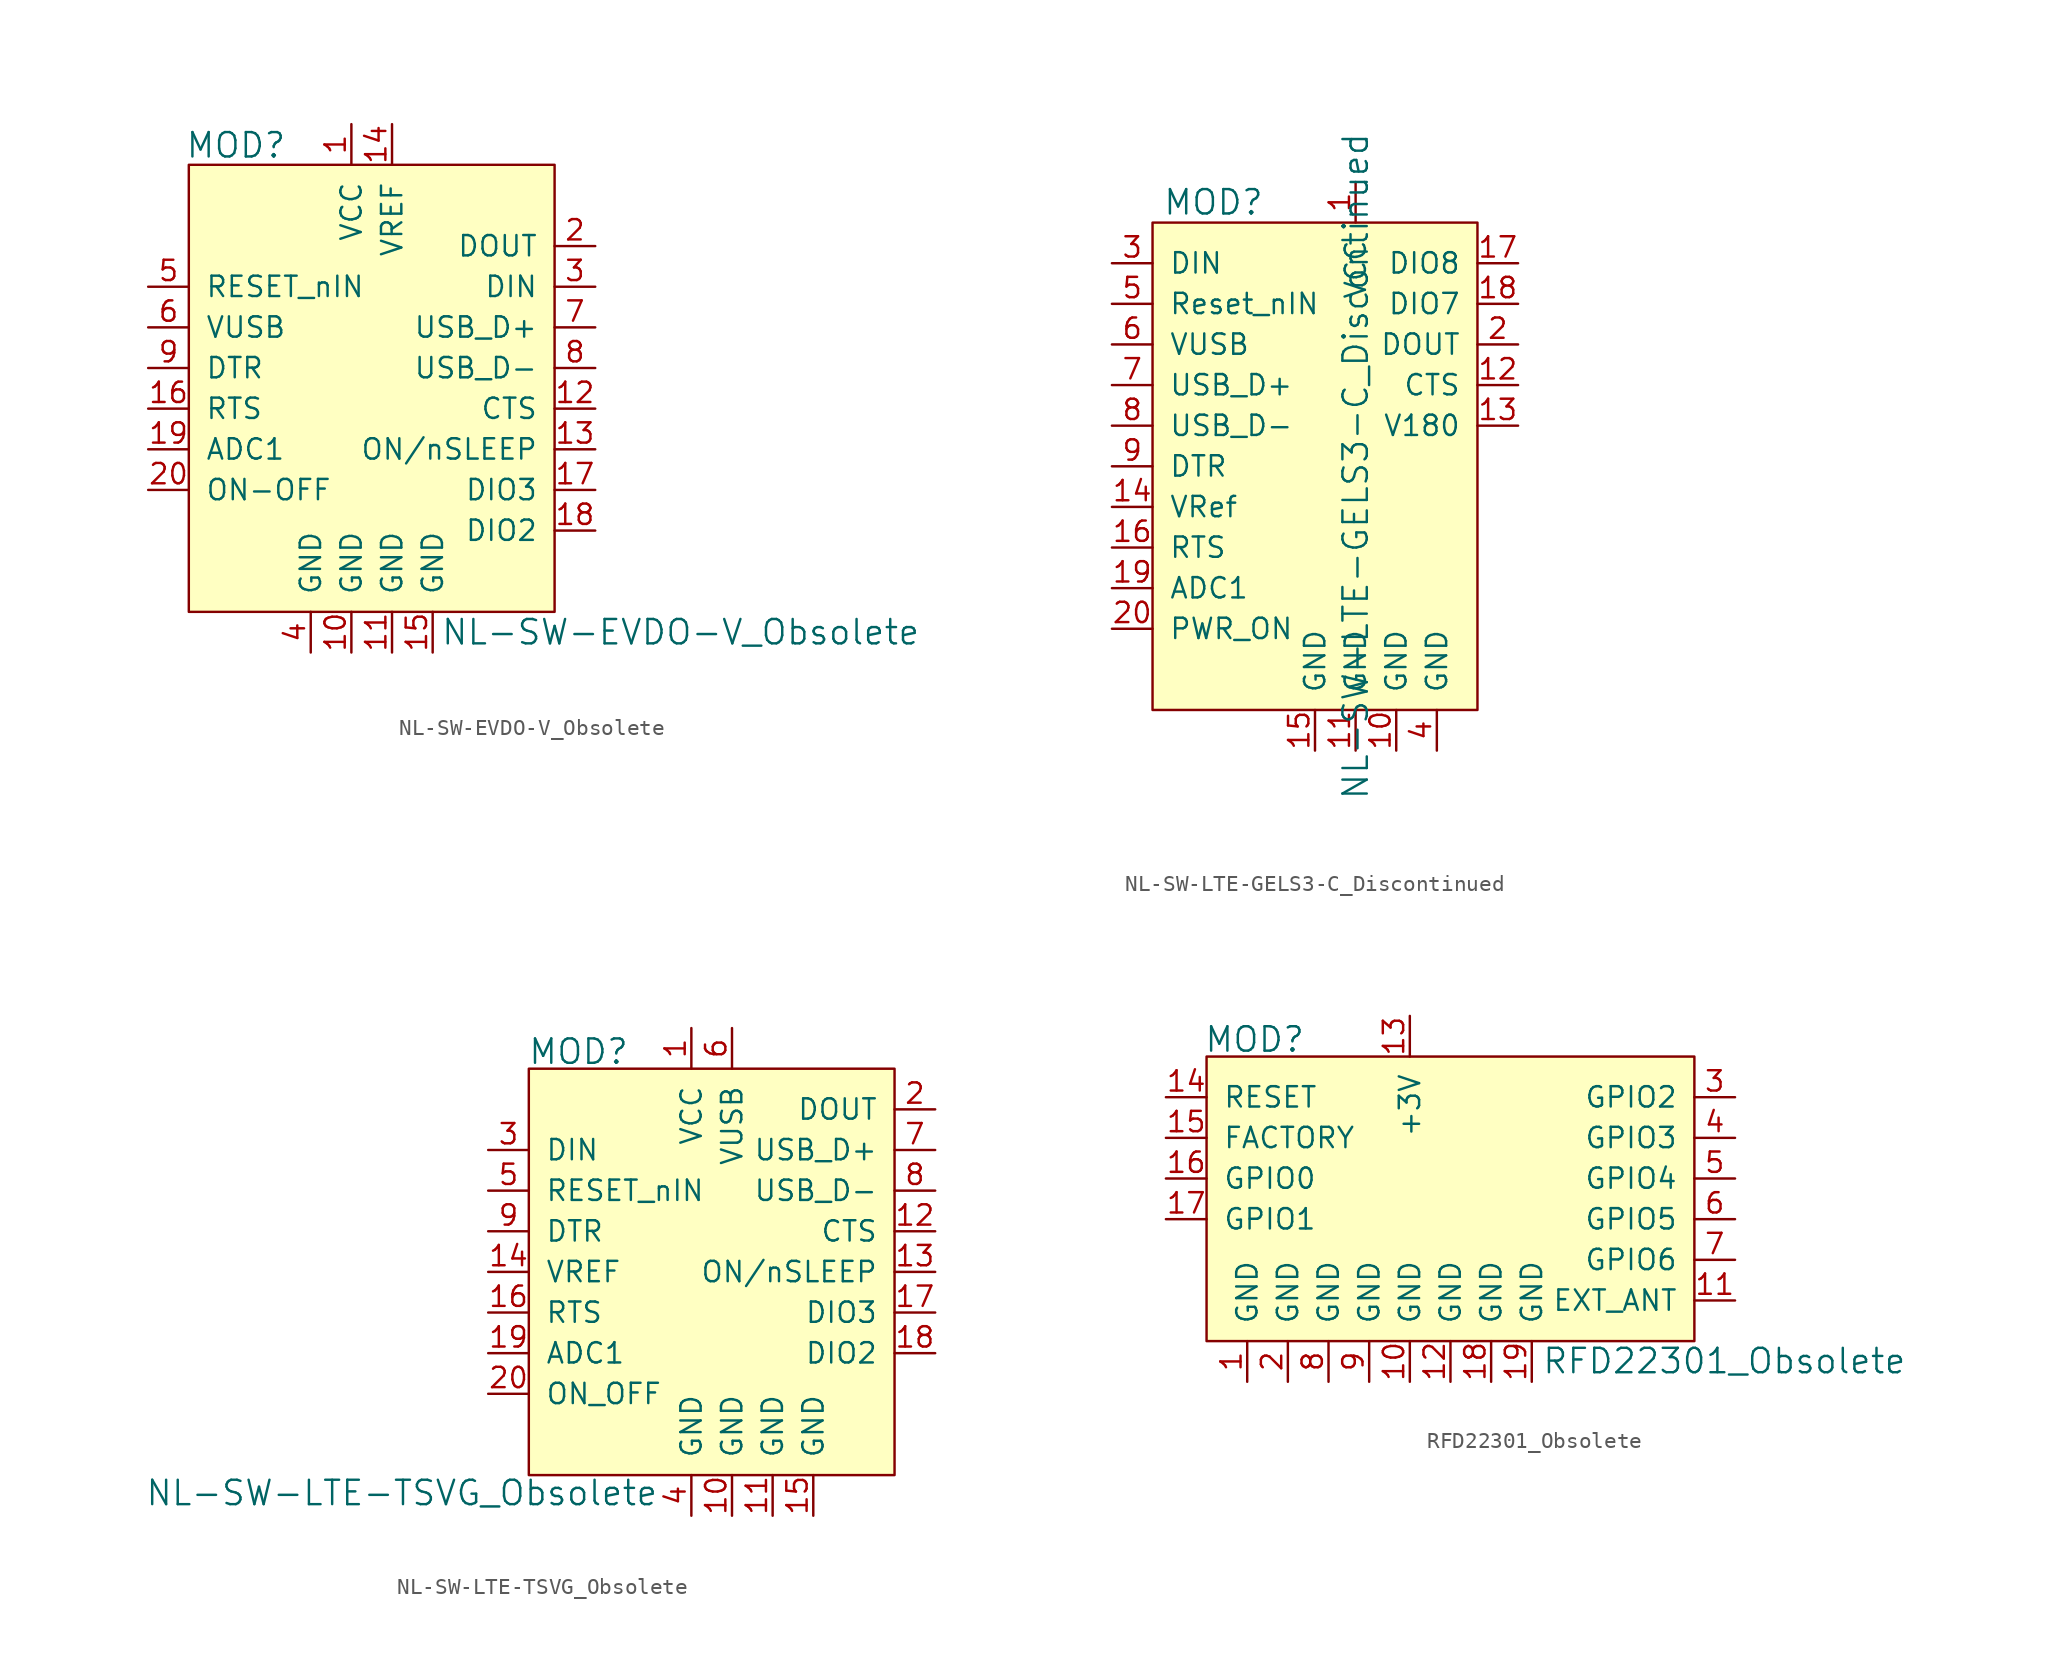
<source format=kicad_sym>
(kicad_symbol_lib
  (version 20201005)
  (generator kicad_symbol_editor)
  (symbol "NL-SW-EVDO-V_Obsolete"
    (pin_names
      (offset 1.016))
    (property "Reference" "MOD"
      (at -7.214 16.459 0)
      (effects (font (size 1.524 1.524))))
    (property "Value" "NL-SW-EVDO-V_Obsolete"
      (at 5.563 -13.97 0)
      (effects (font (size 1.524 1.524)) (justify left)))
    (symbol "NL-SW-EVDO-V_Obsolete_0_1"
      (rectangle (start -10.16 15.24) (end 12.7 -12.7) (stroke (width 0)) (fill (type background))))
    (symbol "NL-SW-EVDO-V_Obsolete_1_1"
      (pin power_in line (at 0 17.78 270) (length 2.54) (name "VCC" (effects (font (size 1.27 1.27)))) (number "1" (effects (font (size 1.27 1.27)))))
      (pin output line (at 15.24 10.16 180) (length 2.54) (name "DOUT" (effects (font (size 1.27 1.27)))) (number "2" (effects (font (size 1.27 1.27)))))
      (pin input line (at 15.24 7.62 180) (length 2.54) (name "DIN" (effects (font (size 1.27 1.27)))) (number "3" (effects (font (size 1.27 1.27)))))
      (pin power_in line (at -2.54 -15.24 90) (length 2.54) (name "GND" (effects (font (size 1.27 1.27)))) (number "4" (effects (font (size 1.27 1.27)))))
      (pin input line (at -12.7 7.62 0) (length 2.54) (name "RESET_nIN" (effects (font (size 1.27 1.27)))) (number "5" (effects (font (size 1.27 1.27)))))
      (pin input line (at -12.7 5.08 0) (length 2.54) (name "VUSB" (effects (font (size 1.27 1.27)))) (number "6" (effects (font (size 1.27 1.27)))))
      (pin bidirectional line (at 15.24 5.08 180) (length 2.54) (name "USB_D+" (effects (font (size 1.27 1.27)))) (number "7" (effects (font (size 1.27 1.27)))))
      (pin bidirectional line (at 15.24 2.54 180) (length 2.54) (name "USB_D-" (effects (font (size 1.27 1.27)))) (number "8" (effects (font (size 1.27 1.27)))))
      (pin input line (at -12.7 2.54 0) (length 2.54) (name "DTR" (effects (font (size 1.27 1.27)))) (number "9" (effects (font (size 1.27 1.27)))))
      (pin power_in line (at 0 -15.24 90) (length 2.54) (name "GND" (effects (font (size 1.27 1.27)))) (number "10" (effects (font (size 1.27 1.27)))))
      (pin input line (at -12.7 -5.08 0) (length 2.54) (name "ON-OFF" (effects (font (size 1.27 1.27)))) (number "20" (effects (font (size 1.27 1.27)))))
      (pin power_in line (at 2.54 -15.24 90) (length 2.54) (name "GND" (effects (font (size 1.27 1.27)))) (number "11" (effects (font (size 1.27 1.27)))))
      (pin output line (at 15.24 0 180) (length 2.54) (name "CTS" (effects (font (size 1.27 1.27)))) (number "12" (effects (font (size 1.27 1.27)))))
      (pin output line (at 15.24 -2.54 180) (length 2.54) (name "ON/nSLEEP" (effects (font (size 1.27 1.27)))) (number "13" (effects (font (size 1.27 1.27)))))
      (pin output line (at 2.54 17.78 270) (length 2.54) (name "VREF" (effects (font (size 1.27 1.27)))) (number "14" (effects (font (size 1.27 1.27)))))
      (pin power_in line (at 5.08 -15.24 90) (length 2.54) (name "GND" (effects (font (size 1.27 1.27)))) (number "15" (effects (font (size 1.27 1.27)))))
      (pin input line (at -12.7 0 0) (length 2.54) (name "RTS" (effects (font (size 1.27 1.27)))) (number "16" (effects (font (size 1.27 1.27)))))
      (pin bidirectional line (at 15.24 -5.08 180) (length 2.54) (name "DIO3" (effects (font (size 1.27 1.27)))) (number "17" (effects (font (size 1.27 1.27)))))
      (pin bidirectional line (at 15.24 -7.62 180) (length 2.54) (name "DIO2" (effects (font (size 1.27 1.27)))) (number "18" (effects (font (size 1.27 1.27)))))
      (pin input line (at -12.7 -2.54 0) (length 2.54) (name "ADC1" (effects (font (size 1.27 1.27)))) (number "19" (effects (font (size 1.27 1.27)))))))
  (symbol "NL-SW-LTE-GELS3-C_Discontinued"
    (pin_names
      (offset 1.016))
    (property "Reference" "MOD"
      (at -8.89 21.59 0)
      (effects (font (size 1.524 1.524))))
    (property "Value" "NL-SW-LTE-GELS3-C_Discontinued"
      (at 0 5.08 90)
      (effects (font (size 1.524 1.524))))
    (symbol "NL-SW-LTE-GELS3-C_Discontinued_0_1"
      (rectangle (start -12.7 20.32) (end 7.62 -10.16) (stroke (width 0)) (fill (type background))))
    (symbol "NL-SW-LTE-GELS3-C_Discontinued_1_1"
      (pin power_in line (at 0 22.86 270) (length 2.54) (name "VCC" (effects (font (size 1.27 1.27)))) (number "1" (effects (font (size 1.27 1.27)))))
      (pin output line (at 10.16 12.7 180) (length 2.54) (name "DOUT" (effects (font (size 1.27 1.27)))) (number "2" (effects (font (size 1.27 1.27)))))
      (pin input line (at -15.24 17.78 0) (length 2.54) (name "DIN" (effects (font (size 1.27 1.27)))) (number "3" (effects (font (size 1.27 1.27)))))
      (pin power_in line (at 5.08 -12.7 90) (length 2.54) (name "GND" (effects (font (size 1.27 1.27)))) (number "4" (effects (font (size 1.27 1.27)))))
      (pin input line (at -15.24 15.24 0) (length 2.54) (name "Reset_nIN" (effects (font (size 1.27 1.27)))) (number "5" (effects (font (size 1.27 1.27)))))
      (pin input line (at -15.24 12.7 0) (length 2.54) (name "VUSB" (effects (font (size 1.27 1.27)))) (number "6" (effects (font (size 1.27 1.27)))))
      (pin bidirectional line (at -15.24 10.16 0) (length 2.54) (name "USB_D+" (effects (font (size 1.27 1.27)))) (number "7" (effects (font (size 1.27 1.27)))))
      (pin bidirectional line (at -15.24 7.62 0) (length 2.54) (name "USB_D-" (effects (font (size 1.27 1.27)))) (number "8" (effects (font (size 1.27 1.27)))))
      (pin input line (at -15.24 5.08 0) (length 2.54) (name "DTR" (effects (font (size 1.27 1.27)))) (number "9" (effects (font (size 1.27 1.27)))))
      (pin power_in line (at 2.54 -12.7 90) (length 2.54) (name "GND" (effects (font (size 1.27 1.27)))) (number "10" (effects (font (size 1.27 1.27)))))
      (pin input line (at -15.24 -5.08 0) (length 2.54) (name "PWR_ON" (effects (font (size 1.27 1.27)))) (number "20" (effects (font (size 1.27 1.27)))))
      (pin power_in line (at 0 -12.7 90) (length 2.54) (name "GND" (effects (font (size 1.27 1.27)))) (number "11" (effects (font (size 1.27 1.27)))))
      (pin output line (at 10.16 10.16 180) (length 2.54) (name "CTS" (effects (font (size 1.27 1.27)))) (number "12" (effects (font (size 1.27 1.27)))))
      (pin output line (at 10.16 7.62 180) (length 2.54) (name "V180" (effects (font (size 1.27 1.27)))) (number "13" (effects (font (size 1.27 1.27)))))
      (pin input line (at -15.24 2.54 0) (length 2.54) (name "VRef" (effects (font (size 1.27 1.27)))) (number "14" (effects (font (size 1.27 1.27)))))
      (pin power_in line (at -2.54 -12.7 90) (length 2.54) (name "GND" (effects (font (size 1.27 1.27)))) (number "15" (effects (font (size 1.27 1.27)))))
      (pin input line (at -15.24 0 0) (length 2.54) (name "RTS" (effects (font (size 1.27 1.27)))) (number "16" (effects (font (size 1.27 1.27)))))
      (pin bidirectional line (at 10.16 17.78 180) (length 2.54) (name "DIO8" (effects (font (size 1.27 1.27)))) (number "17" (effects (font (size 1.27 1.27)))))
      (pin bidirectional line (at 10.16 15.24 180) (length 2.54) (name "DIO7" (effects (font (size 1.27 1.27)))) (number "18" (effects (font (size 1.27 1.27)))))
      (pin input line (at -15.24 -2.54 0) (length 2.54) (name "ADC1" (effects (font (size 1.27 1.27)))) (number "19" (effects (font (size 1.27 1.27)))))))
  (symbol "NL-SW-LTE-TSVG_Obsolete"
    (pin_names
      (offset 1.016))
    (property "Reference" "MOD"
      (at -10.236 13.767 0)
      (effects (font (size 1.524 1.524)) (justify left)))
    (property "Value" "NL-SW-LTE-TSVG_Obsolete"
      (at -2.032 -13.818 0)
      (effects (font (size 1.524 1.524)) (justify right)))
    (symbol "NL-SW-LTE-TSVG_Obsolete_1_1"
      (rectangle (start -10.16 12.7) (end 12.7 -12.7) (stroke (width 0)) (fill (type background)))
      (pin power_in line (at 0 15.24 270) (length 2.54) (name "VCC" (effects (font (size 1.27 1.27)))) (number "1" (effects (font (size 1.27 1.27)))))
      (pin output line (at 15.24 10.16 180) (length 2.54) (name "DOUT" (effects (font (size 1.27 1.27)))) (number "2" (effects (font (size 1.27 1.27)))))
      (pin input line (at -12.7 7.62 0) (length 2.54) (name "DIN" (effects (font (size 1.27 1.27)))) (number "3" (effects (font (size 1.27 1.27)))))
      (pin power_in line (at 0 -15.24 90) (length 2.54) (name "GND" (effects (font (size 1.27 1.27)))) (number "4" (effects (font (size 1.27 1.27)))))
      (pin input line (at -12.7 5.08 0) (length 2.54) (name "RESET_nIN" (effects (font (size 1.27 1.27)))) (number "5" (effects (font (size 1.27 1.27)))))
      (pin power_in line (at 2.54 15.24 270) (length 2.54) (name "VUSB" (effects (font (size 1.27 1.27)))) (number "6" (effects (font (size 1.27 1.27)))))
      (pin bidirectional line (at 15.24 7.62 180) (length 2.54) (name "USB_D+" (effects (font (size 1.27 1.27)))) (number "7" (effects (font (size 1.27 1.27)))))
      (pin bidirectional line (at 15.24 5.08 180) (length 2.54) (name "USB_D-" (effects (font (size 1.27 1.27)))) (number "8" (effects (font (size 1.27 1.27)))))
      (pin input line (at -12.7 2.54 0) (length 2.54) (name "DTR" (effects (font (size 1.27 1.27)))) (number "9" (effects (font (size 1.27 1.27)))))
      (pin power_in line (at 2.54 -15.24 90) (length 2.54) (name "GND" (effects (font (size 1.27 1.27)))) (number "10" (effects (font (size 1.27 1.27)))))
      (pin input line (at -12.7 -7.62 0) (length 2.54) (name "ON_OFF" (effects (font (size 1.27 1.27)))) (number "20" (effects (font (size 1.27 1.27)))))
      (pin power_in line (at 5.08 -15.24 90) (length 2.54) (name "GND" (effects (font (size 1.27 1.27)))) (number "11" (effects (font (size 1.27 1.27)))))
      (pin output line (at 15.24 2.54 180) (length 2.54) (name "CTS" (effects (font (size 1.27 1.27)))) (number "12" (effects (font (size 1.27 1.27)))))
      (pin output line (at 15.24 0 180) (length 2.54) (name "ON/nSLEEP" (effects (font (size 1.27 1.27)))) (number "13" (effects (font (size 1.27 1.27)))))
      (pin input line (at -12.7 0 0) (length 2.54) (name "VREF" (effects (font (size 1.27 1.27)))) (number "14" (effects (font (size 1.27 1.27)))))
      (pin power_in line (at 7.62 -15.24 90) (length 2.54) (name "GND" (effects (font (size 1.27 1.27)))) (number "15" (effects (font (size 1.27 1.27)))))
      (pin input line (at -12.7 -2.54 0) (length 2.54) (name "RTS" (effects (font (size 1.27 1.27)))) (number "16" (effects (font (size 1.27 1.27)))))
      (pin bidirectional line (at 15.24 -2.54 180) (length 2.54) (name "DIO3" (effects (font (size 1.27 1.27)))) (number "17" (effects (font (size 1.27 1.27)))))
      (pin bidirectional line (at 15.24 -5.08 180) (length 2.54) (name "DIO2" (effects (font (size 1.27 1.27)))) (number "18" (effects (font (size 1.27 1.27)))))
      (pin input line (at -12.7 -5.08 0) (length 2.54) (name "ADC1" (effects (font (size 1.27 1.27)))) (number "19" (effects (font (size 1.27 1.27)))))))
  (symbol "RFD22301_Obsolete"
    (pin_names
      (offset 1.016))
    (property "Reference" "MOD"
      (at -15.418 11.227 0)
      (effects (font (size 1.524 1.524)) (justify left)))
    (property "Value" "RFD22301_Obsolete"
      (at 5.69 -8.865 0)
      (effects (font (size 1.524 1.524)) (justify left)))
    (symbol "RFD22301_Obsolete_1_0"
      (pin bidirectional line (at 17.78 0 180) (length 2.54) (name "GPIO5" (effects (font (size 1.27 1.27)))) (number "6" (effects (font (size 1.27 1.27))))))
    (symbol "RFD22301_Obsolete_1_1"
      (rectangle (start -15.24 10.16) (end 15.24 -7.62) (stroke (width 0)) (fill (type background)))
      (pin power_in line (at -12.7 -10.16 90) (length 2.54) (name "GND" (effects (font (size 1.27 1.27)))) (number "1" (effects (font (size 1.27 1.27)))))
      (pin power_in line (at -10.16 -10.16 90) (length 2.54) (name "GND" (effects (font (size 1.27 1.27)))) (number "2" (effects (font (size 1.27 1.27)))))
      (pin bidirectional line (at 17.78 7.62 180) (length 2.54) (name "GPIO2" (effects (font (size 1.27 1.27)))) (number "3" (effects (font (size 1.27 1.27)))))
      (pin bidirectional line (at 17.78 5.08 180) (length 2.54) (name "GPIO3" (effects (font (size 1.27 1.27)))) (number "4" (effects (font (size 1.27 1.27)))))
      (pin bidirectional line (at 17.78 2.54 180) (length 2.54) (name "GPIO4" (effects (font (size 1.27 1.27)))) (number "5" (effects (font (size 1.27 1.27)))))
      (pin bidirectional line (at 17.78 -2.54 180) (length 2.54) (name "GPIO6" (effects (font (size 1.27 1.27)))) (number "7" (effects (font (size 1.27 1.27)))))
      (pin power_in line (at -7.62 -10.16 90) (length 2.54) (name "GND" (effects (font (size 1.27 1.27)))) (number "8" (effects (font (size 1.27 1.27)))))
      (pin power_in line (at -5.08 -10.16 90) (length 2.54) (name "GND" (effects (font (size 1.27 1.27)))) (number "9" (effects (font (size 1.27 1.27)))))
      (pin power_in line (at -2.54 -10.16 90) (length 2.54) (name "GND" (effects (font (size 1.27 1.27)))) (number "10" (effects (font (size 1.27 1.27)))))
      (pin bidirectional line (at 17.78 -5.08 180) (length 2.54) (name "EXT_ANT" (effects (font (size 1.27 1.27)))) (number "11" (effects (font (size 1.27 1.27)))))
      (pin power_in line (at 0 -10.16 90) (length 2.54) (name "GND" (effects (font (size 1.27 1.27)))) (number "12" (effects (font (size 1.27 1.27)))))
      (pin power_in line (at -2.54 12.7 270) (length 2.54) (name "+3V" (effects (font (size 1.27 1.27)))) (number "13" (effects (font (size 1.27 1.27)))))
      (pin input line (at -17.78 7.62 0) (length 2.54) (name "RESET" (effects (font (size 1.27 1.27)))) (number "14" (effects (font (size 1.27 1.27)))))
      (pin input line (at -17.78 5.08 0) (length 2.54) (name "FACTORY" (effects (font (size 1.27 1.27)))) (number "15" (effects (font (size 1.27 1.27)))))
      (pin bidirectional line (at -17.78 2.54 0) (length 2.54) (name "GPIO0" (effects (font (size 1.27 1.27)))) (number "16" (effects (font (size 1.27 1.27)))))
      (pin bidirectional line (at -17.78 0 0) (length 2.54) (name "GPIO1" (effects (font (size 1.27 1.27)))) (number "17" (effects (font (size 1.27 1.27)))))
      (pin power_in line (at 2.54 -10.16 90) (length 2.54) (name "GND" (effects (font (size 1.27 1.27)))) (number "18" (effects (font (size 1.27 1.27)))))
      (pin power_in line (at 5.08 -10.16 90) (length 2.54) (name "GND" (effects (font (size 1.27 1.27)))) (number "19" (effects (font (size 1.27 1.27))))))))
</source>
